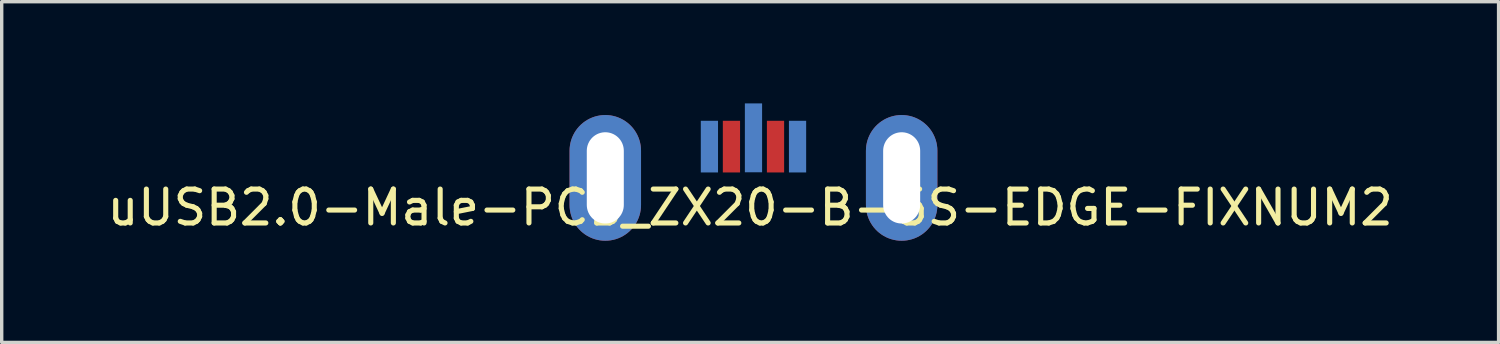
<source format=kicad_pcb>
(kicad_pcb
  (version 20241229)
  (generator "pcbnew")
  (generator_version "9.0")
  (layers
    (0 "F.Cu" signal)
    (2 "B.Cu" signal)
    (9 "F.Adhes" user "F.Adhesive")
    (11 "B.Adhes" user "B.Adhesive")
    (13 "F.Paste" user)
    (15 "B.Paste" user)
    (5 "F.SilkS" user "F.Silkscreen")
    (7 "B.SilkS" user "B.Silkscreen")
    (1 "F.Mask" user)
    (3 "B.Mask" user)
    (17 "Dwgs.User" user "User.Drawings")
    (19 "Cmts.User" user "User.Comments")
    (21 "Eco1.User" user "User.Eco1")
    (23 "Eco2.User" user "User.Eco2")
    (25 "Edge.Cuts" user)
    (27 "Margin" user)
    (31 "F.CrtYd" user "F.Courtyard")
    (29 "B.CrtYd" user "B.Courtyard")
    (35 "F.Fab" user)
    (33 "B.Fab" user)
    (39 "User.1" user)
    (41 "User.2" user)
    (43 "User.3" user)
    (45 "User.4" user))
  (footprint "uUSB2.0-Male-PCB_ZX20-B-5S-EDGE-FIXNUM2"
    (layer "F.Cu")
    (at 19.176 1.486)
    (property "Reference" "uUSB2.0-Male-PCB_ZX20-B-5S-EDGE-FIXNUM2" (at -0.099 1.586 0) (layer "F.SilkS") (effects (font (size 1 1) (thickness 0.15))))
    (attr through_hole)
    (pad "1" connect rect (at 1.3 -0.211) (size 0.508 1.524) (layers "B.Cu" "B.Mask"))
    (pad "2" connect rect (at 0.65 -0.211) (size 0.508 1.524) (layers "F.Cu" "F.Mask"))
    (pad "3" connect rect (at 0 -0.47) (size 0.508 2.032) (layers "B.Cu" "B.Mask"))
    (pad "4" connect rect (at -0.65 -0.211) (size 0.508 1.524) (layers "F.Cu" "F.Mask"))
    (pad "5" connect rect (at -1.3 -0.211) (size 0.508 1.524) (layers "B.Cu" "B.Mask"))
    (pad "6" thru_hole oval (at -4.371 0.711) (size 2.108 3.708) (drill oval 1.092 2.692) (layers "*.Cu" "*.Mask"))
    (pad "6" thru_hole oval (at 4.371 0.711) (size 2.108 3.708) (drill oval 1.092 2.692) (layers "*.Cu" "*.Mask")))
  (gr_rect
    (start -3 -3)
    (end 41.155 7.051)
    (stroke (width 0.1) (type default))
    (fill no)
    (layer "Edge.Cuts")))
</source>
